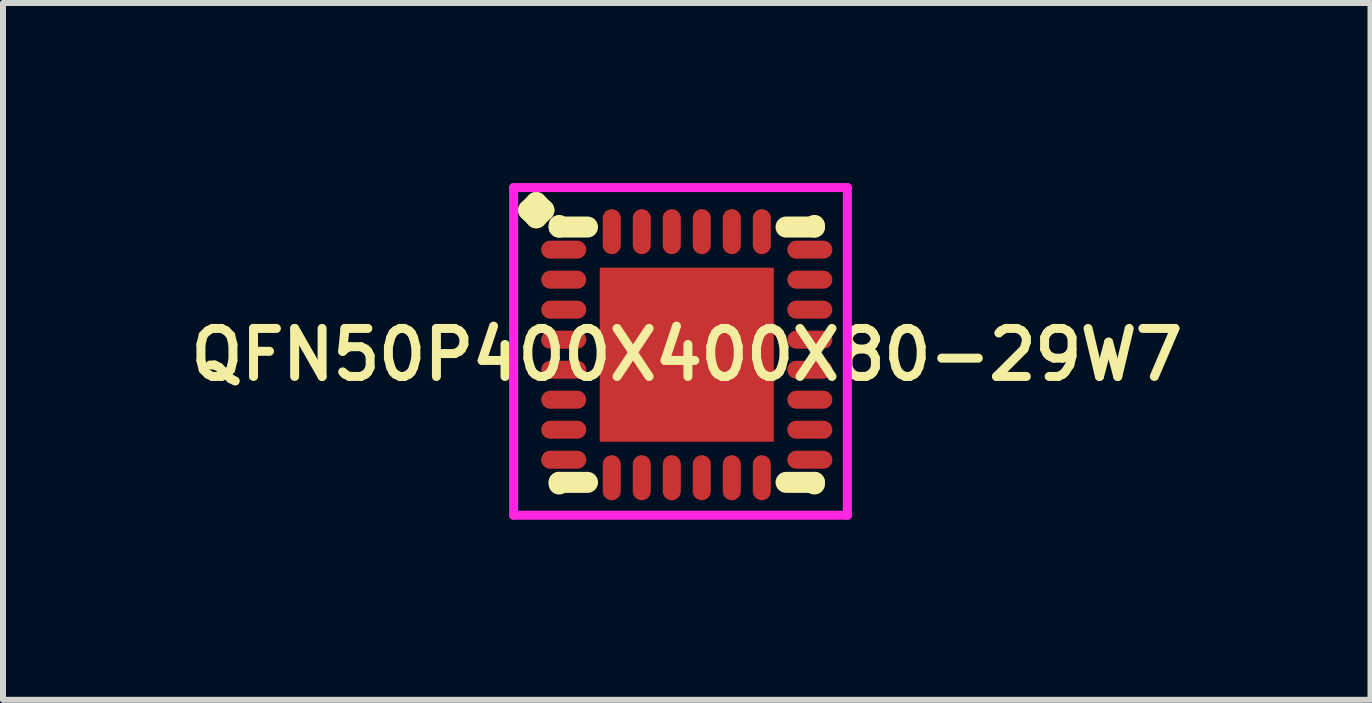
<source format=kicad_pcb>
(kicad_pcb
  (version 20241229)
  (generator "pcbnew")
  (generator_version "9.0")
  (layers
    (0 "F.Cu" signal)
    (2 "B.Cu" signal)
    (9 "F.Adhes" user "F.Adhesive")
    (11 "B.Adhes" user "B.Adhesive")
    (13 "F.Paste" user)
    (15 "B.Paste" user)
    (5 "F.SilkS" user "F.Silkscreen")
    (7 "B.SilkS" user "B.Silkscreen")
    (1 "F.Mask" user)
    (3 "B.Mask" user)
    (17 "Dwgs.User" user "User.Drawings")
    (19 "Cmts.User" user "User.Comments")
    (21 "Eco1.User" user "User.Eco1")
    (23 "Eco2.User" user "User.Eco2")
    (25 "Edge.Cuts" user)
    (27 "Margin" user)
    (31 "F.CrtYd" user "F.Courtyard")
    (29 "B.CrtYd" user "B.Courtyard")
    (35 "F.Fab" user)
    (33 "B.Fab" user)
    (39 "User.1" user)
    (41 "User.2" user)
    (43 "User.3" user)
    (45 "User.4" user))
  (footprint "QFN50P400X400X80-29W7"
    (layer "F.Cu")
    (at 8.393 2.86)
    (property "Reference" "QFN50P400X400X80-29W7" (at 0 0 0) (layer "F.SilkS") (effects (font (size 0.8 0.8) (thickness 0.15))))
    (attr smd)
    (fp_line (start -2.635 -2.408) (end -2.508 -2.535) (stroke (width 0.35) (type solid)) (layer "F.SilkS"))
    (fp_line (start -2.508 -2.535) (end -2.381 -2.408) (stroke (width 0.35) (type solid)) (layer "F.SilkS"))
    (fp_line (start -2.508 -2.281) (end -2.635 -2.408) (stroke (width 0.35) (type solid)) (layer "F.SilkS"))
    (fp_line (start -2.381 -2.408) (end -2.508 -2.281) (stroke (width 0.35) (type solid)) (layer "F.SilkS"))
    (fp_line (start -2.127 -2.154) (end -2.127 -2.127) (stroke (width 0.35) (type solid)) (layer "F.SilkS"))
    (fp_line (start -2.127 -2.127) (end -1.654 -2.127) (stroke (width 0.35) (type solid)) (layer "F.SilkS"))
    (fp_line (start -2.127 2.127) (end -1.654 2.127) (stroke (width 0.35) (type solid)) (layer "F.SilkS"))
    (fp_line (start -2.127 2.154) (end -2.127 2.127) (stroke (width 0.35) (type solid)) (layer "F.SilkS"))
    (fp_line (start 1.654 -2.127) (end 2.127 -2.127) (stroke (width 0.35) (type solid)) (layer "F.SilkS"))
    (fp_line (start 1.654 2.127) (end 2.127 2.127) (stroke (width 0.35) (type solid)) (layer "F.SilkS"))
    (fp_line (start 2.127 -2.127) (end 2.127 -2.154) (stroke (width 0.35) (type solid)) (layer "F.SilkS"))
    (fp_line (start 2.127 2.127) (end 2.127 2.154) (stroke (width 0.35) (type solid)) (layer "F.SilkS"))
    (fp_line (start -2.885 -2.785) (end 2.675 -2.785) (stroke (width 0.15) (type solid)) (layer "F.CrtYd"))
    (fp_line (start -2.885 2.675) (end -2.885 -2.785) (stroke (width 0.15) (type solid)) (layer "F.CrtYd"))
    (fp_line (start 2.675 -2.785) (end 2.675 2.675) (stroke (width 0.15) (type solid)) (layer "F.CrtYd"))
    (fp_line (start 2.675 2.675) (end -2.885 2.675) (stroke (width 0.15) (type solid)) (layer "F.CrtYd"))
    (pad "1" smd oval (at -2.05 -1.75) (size 0.75 0.3) (layers "F.Cu" "F.Mask" "F.Paste"))
    (pad "2" smd oval (at -2.05 -1.25) (size 0.75 0.3) (layers "F.Cu" "F.Mask" "F.Paste"))
    (pad "3" smd oval (at -2.05 -0.75) (size 0.75 0.3) (layers "F.Cu" "F.Mask" "F.Paste"))
    (pad "4" smd oval (at -2.05 -0.25) (size 0.75 0.3) (layers "F.Cu" "F.Mask" "F.Paste"))
    (pad "5" smd oval (at -2.05 0.25) (size 0.75 0.3) (layers "F.Cu" "F.Mask" "F.Paste"))
    (pad "6" smd oval (at -2.05 0.75) (size 0.75 0.3) (layers "F.Cu" "F.Mask" "F.Paste"))
    (pad "7" smd oval (at -2.05 1.25) (size 0.75 0.3) (layers "F.Cu" "F.Mask" "F.Paste"))
    (pad "8" smd oval (at -2.05 1.75) (size 0.75 0.3) (layers "F.Cu" "F.Mask" "F.Paste"))
    (pad "9" smd oval (at -1.25 2.05) (size 0.3 0.75) (layers "F.Cu" "F.Mask" "F.Paste"))
    (pad "10" smd oval (at -0.75 2.05) (size 0.3 0.75) (layers "F.Cu" "F.Mask" "F.Paste"))
    (pad "11" smd oval (at -0.25 2.05) (size 0.3 0.75) (layers "F.Cu" "F.Mask" "F.Paste"))
    (pad "12" smd oval (at 0.25 2.05) (size 0.3 0.75) (layers "F.Cu" "F.Mask" "F.Paste"))
    (pad "13" smd oval (at 0.75 2.05) (size 0.3 0.75) (layers "F.Cu" "F.Mask" "F.Paste"))
    (pad "14" smd oval (at 1.25 2.05) (size 0.3 0.75) (layers "F.Cu" "F.Mask" "F.Paste"))
    (pad "15" smd oval (at 2.05 1.75) (size 0.75 0.3) (layers "F.Cu" "F.Mask" "F.Paste"))
    (pad "16" smd oval (at 2.05 1.25) (size 0.75 0.3) (layers "F.Cu" "F.Mask" "F.Paste"))
    (pad "17" smd oval (at 2.05 0.75) (size 0.75 0.3) (layers "F.Cu" "F.Mask" "F.Paste"))
    (pad "18" smd oval (at 2.05 0.25) (size 0.75 0.3) (layers "F.Cu" "F.Mask" "F.Paste"))
    (pad "19" smd oval (at 2.05 -0.25) (size 0.75 0.3) (layers "F.Cu" "F.Mask" "F.Paste"))
    (pad "20" smd oval (at 2.05 -0.75) (size 0.75 0.3) (layers "F.Cu" "F.Mask" "F.Paste"))
    (pad "21" smd oval (at 2.05 -1.25) (size 0.75 0.3) (layers "F.Cu" "F.Mask" "F.Paste"))
    (pad "22" smd oval (at 2.05 -1.75) (size 0.75 0.3) (layers "F.Cu" "F.Mask" "F.Paste"))
    (pad "23" smd oval (at 1.25 -2.05) (size 0.3 0.75) (layers "F.Cu" "F.Mask" "F.Paste"))
    (pad "24" smd oval (at 0.75 -2.05) (size 0.3 0.75) (layers "F.Cu" "F.Mask" "F.Paste"))
    (pad "25" smd oval (at 0.25 -2.05) (size 0.3 0.75) (layers "F.Cu" "F.Mask" "F.Paste"))
    (pad "26" smd oval (at -0.25 -2.05) (size 0.3 0.75) (layers "F.Cu" "F.Mask" "F.Paste"))
    (pad "27" smd oval (at -0.75 -2.05) (size 0.3 0.75) (layers "F.Cu" "F.Mask" "F.Paste"))
    (pad "28" smd oval (at -1.25 -2.05) (size 0.3 0.75) (layers "F.Cu" "F.Mask" "F.Paste"))
    (pad "29" smd rect (at 0 0) (size 2.9 2.9) (layers "F.Cu" "F.Mask" "F.Paste")))
  (gr_rect
    (start -3 -3)
    (end 19.785 8.61)
    (stroke (width 0.1) (type default))
    (fill no)
    (layer "Edge.Cuts")))
</source>
